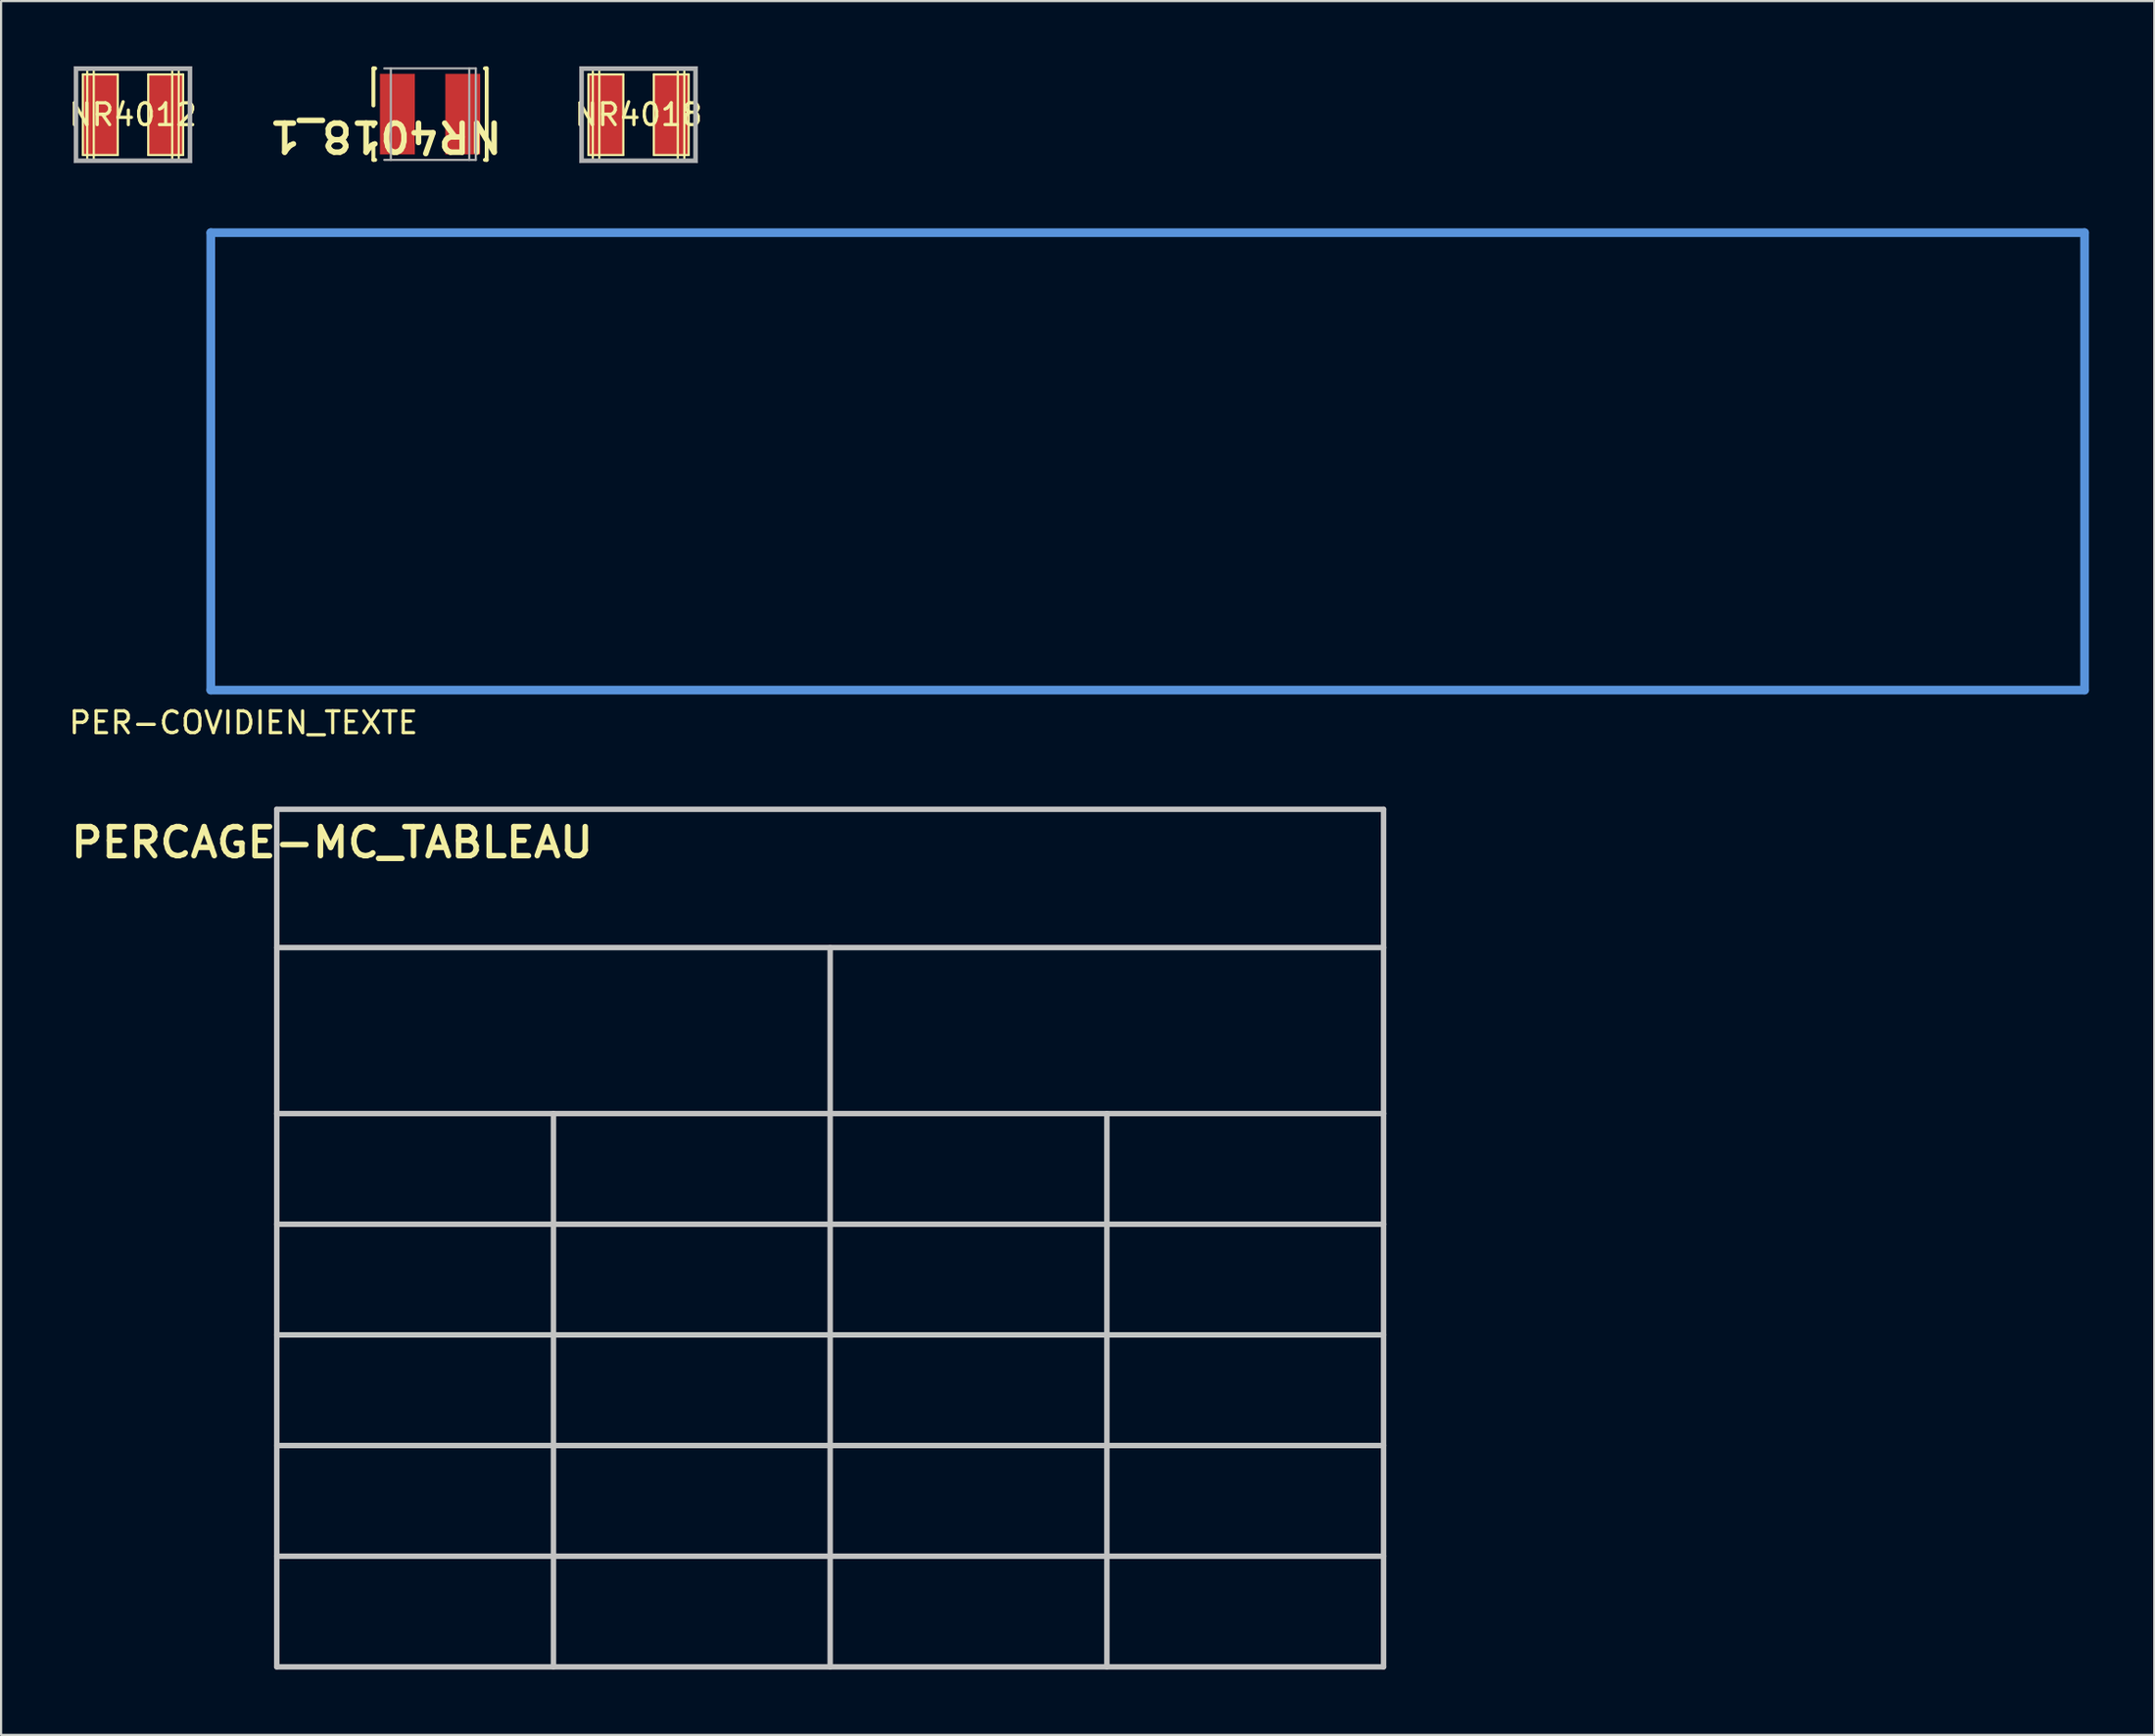
<source format=kicad_pcb>
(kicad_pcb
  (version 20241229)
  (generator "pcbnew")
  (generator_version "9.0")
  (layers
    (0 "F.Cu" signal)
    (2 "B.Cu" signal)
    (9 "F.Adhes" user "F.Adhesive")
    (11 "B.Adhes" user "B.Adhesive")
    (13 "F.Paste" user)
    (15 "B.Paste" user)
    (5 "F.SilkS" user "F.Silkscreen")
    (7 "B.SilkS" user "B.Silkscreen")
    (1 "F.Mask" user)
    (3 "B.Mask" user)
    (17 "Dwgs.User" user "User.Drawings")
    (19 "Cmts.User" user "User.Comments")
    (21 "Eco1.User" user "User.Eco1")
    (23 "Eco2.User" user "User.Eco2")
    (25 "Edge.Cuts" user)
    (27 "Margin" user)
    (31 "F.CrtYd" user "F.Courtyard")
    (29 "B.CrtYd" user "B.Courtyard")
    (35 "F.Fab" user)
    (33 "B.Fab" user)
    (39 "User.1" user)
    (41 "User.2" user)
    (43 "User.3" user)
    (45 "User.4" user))
  (footprint "NR4018_1"
    (layer "F.Cu")
    (at 16.688 2.19)
    (property "Reference" "NR4018_1" (at -2.032 1.016 180) (unlocked yes) (layer "F.SilkS") (effects (font (size 1.333 1.402) (thickness 0.254))))
    (attr smd)
    (fp_line (start -2.6 -2.1) (end -2.517 -2.1) (stroke (width 0.18) (type solid)) (layer "F.SilkS"))
    (fp_line (start -2.6 -0.396) (end -2.6 -2.1) (stroke (width 0.18) (type solid)) (layer "F.SilkS"))
    (fp_line (start -2.6 0.557) (end -2.6 0.396) (stroke (width 0.18) (type solid)) (layer "F.SilkS"))
    (fp_line (start -2.6 2.1) (end -2.6 1.348) (stroke (width 0.18) (type solid)) (layer "F.SilkS"))
    (fp_line (start -2.6 2.1) (end -2.517 2.1) (stroke (width 0.18) (type solid)) (layer "F.SilkS"))
    (fp_line (start 2.517 -2.1) (end 2.6 -2.1) (stroke (width 0.18) (type solid)) (layer "F.SilkS"))
    (fp_line (start 2.517 2.1) (end 2.6 2.1) (stroke (width 0.18) (type solid)) (layer "F.SilkS"))
    (fp_line (start 2.6 2.1) (end 2.6 -2.1) (stroke (width 0.18) (type solid)) (layer "F.SilkS"))
    (fp_line (start -2.1 -2.1) (end 2.1 -2.1) (stroke (width 0.1) (type solid)) (layer "F.Fab"))
    (fp_line (start -2.1 2.1) (end 2.1 2.1) (stroke (width 0.1) (type solid)) (layer "F.Fab"))
    (fp_line (start -1.8 2.1) (end -1.8 -2.1) (stroke (width 0.1) (type solid)) (layer "F.Fab"))
    (fp_line (start 1.8 2.1) (end 1.8 -2.1) (stroke (width 0.1) (type solid)) (layer "F.Fab"))
    (fp_line (start 2.1 2.1) (end 2.1 -2.1) (stroke (width 0.1) (type solid)) (layer "F.Fab"))
    (pad "1" smd rect (at -1.5 0) (size 1.6 3.7) (layers "F.Cu" "F.Mask" "F.Paste"))
    (pad "2" smd rect (at 1.5 0) (size 1.6 3.7) (layers "F.Cu" "F.Mask" "F.Paste")))
  (footprint "NR4012"
    (placed yes)
    (layer "F.Cu")
    (at 3.054 2.215)
    (property "Reference" "NR4012" (at 0 0 0) (layer "F.SilkS") (effects (font (size 1 1) (thickness 0.15))))
    (attr through_hole)
    (fp_line (start -2.3 -1.85) (end -2.3 1.85) (stroke (width 0.1) (type solid)) (layer "F.SilkS"))
    (fp_line (start -2.3 1.85) (end -0.7 1.85) (stroke (width 0.1) (type solid)) (layer "F.SilkS"))
    (fp_line (start -2.1 -2.1) (end -2.1 2.1) (stroke (width 0.1) (type solid)) (layer "F.SilkS"))
    (fp_line (start -2.1 2.1) (end 2.1 2.1) (stroke (width 0.1) (type solid)) (layer "F.SilkS"))
    (fp_line (start -1.8 -2.1) (end -1.8 2.1) (stroke (width 0.1) (type solid)) (layer "F.SilkS"))
    (fp_line (start -0.7 -1.85) (end -2.3 -1.85) (stroke (width 0.1) (type solid)) (layer "F.SilkS"))
    (fp_line (start -0.7 1.85) (end -0.7 -1.85) (stroke (width 0.1) (type solid)) (layer "F.SilkS"))
    (fp_line (start 0.7 -1.85) (end 0.7 1.85) (stroke (width 0.1) (type solid)) (layer "F.SilkS"))
    (fp_line (start 0.7 1.85) (end 2.3 1.85) (stroke (width 0.1) (type solid)) (layer "F.SilkS"))
    (fp_line (start 1.8 -2.1) (end 1.8 2.1) (stroke (width 0.1) (type solid)) (layer "F.SilkS"))
    (fp_line (start 2.1 -2.1) (end -2.1 -2.1) (stroke (width 0.1) (type solid)) (layer "F.SilkS"))
    (fp_line (start 2.1 2.1) (end 2.1 -2.1) (stroke (width 0.1) (type solid)) (layer "F.SilkS"))
    (fp_line (start 2.3 -1.85) (end 0.7 -1.85) (stroke (width 0.1) (type solid)) (layer "F.SilkS"))
    (fp_line (start 2.3 1.85) (end 2.3 -1.85) (stroke (width 0.1) (type solid)) (layer "F.SilkS"))
    (fp_line (start -2.69 -2.19) (end 2.69 -2.19) (stroke (width 0.05) (type solid)) (layer "Dwgs.User"))
    (fp_line (start -2.69 2.19) (end -2.69 -2.19) (stroke (width 0.05) (type solid)) (layer "Dwgs.User"))
    (fp_line (start 2.69 -2.19) (end 2.69 2.19) (stroke (width 0.05) (type solid)) (layer "Dwgs.User"))
    (fp_line (start 2.69 2.19) (end -2.69 2.19) (stroke (width 0.05) (type solid)) (layer "Dwgs.User"))
    (fp_line (start -2.6 -2.1) (end -2.6 2.1) (stroke (width 0.18) (type solid)) (layer "F.Fab"))
    (fp_line (start -2.6 2.1) (end 2.6 2.1) (stroke (width 0.18) (type solid)) (layer "F.Fab"))
    (fp_line (start 2.6 -2.1) (end -2.6 -2.1) (stroke (width 0.18) (type solid)) (layer "F.Fab"))
    (fp_line (start 2.6 2.1) (end 2.6 -2.1) (stroke (width 0.18) (type solid)) (layer "F.Fab"))
    (fp_poly (pts (xy -2.6 -2.1) (xy 2.6 -2.1) (xy 2.6 2.1) (xy -2.6 2.1)) (stroke (width 0.02) (type solid)) (fill no) (layer "F.Fab"))
    (pad "1" smd rect (at -1.5 0) (size 1.6 3.7) (layers "F.Cu" "F.Mask" "F.Paste"))
    (pad "2" smd rect (at 1.5 0) (size 1.6 3.7) (layers "F.Cu" "F.Mask" "F.Paste")))
  (footprint "PER-COVIDIEN_TEXTE"
    (placed yes)
    (layer "F.Cu")
    (at 6.625 9.632)
    (property "Reference" "PER-COVIDIEN_TEXTE" (at 1.5 20.5 0) (layer "F.SilkS") (effects (font (size 1 1) (thickness 0.15))))
    (attr through_hole)
    (fp_line (start 0 -2) (end 0 19) (stroke (width 0.4) (type solid)) (layer "Cmts.User"))
    (fp_line (start 0 19) (end 86 19) (stroke (width 0.4) (type solid)) (layer "Cmts.User"))
    (fp_line (start 86 -2) (end 0 -2) (stroke (width 0.4) (type solid)) (layer "Cmts.User"))
    (fp_line (start 86 19) (end 86 -2) (stroke (width 0.4) (type solid)) (layer "Cmts.User"))
    (fp_text user "RoHS COMPLIANT. U.L. DESIGNATION: ANSI GRADE FR-4, PER IPC 4101." (at 0 4.5 0) (layer "Eco2.User") (effects (font (size 1 1) (thickness 0.1)) (justify left)))
    (fp_text user "ALL EXPOSED CONDUCTIVE SURFACES TO BE IMMERSION NICKEL/GOLD" (at 0 7.5 0) (layer "Eco2.User") (effects (font (size 1 1) (thickness 0.1)) (justify left)))
    (fp_text user "ROHS - YES" (at 0 -0.5 0) (layer "Eco2.User") (effects (font (size 1 1) (thickness 0.1)) (justify left)))
    (fp_text user "MATERIAL: COPPER CLAD LAMINATES ISOLA 370HR (OR EQUIVALENT)," (at 0 2.5 0) (layer "Eco2.User") (effects (font (size 1 1) (thickness 0.1)) (justify left)))
    (fp_text user "PLATING USING 100-400 MICROINCHES NICKEL AND 3-8 MICROINCHES GOLD." (at 0 9.5 0) (layer "Eco2.User") (effects (font (size 1 1) (thickness 0.1)) (justify left)))
    (fp_text user "ALL FABRICATION PROCESSES ARE TO BE RoHS COMPLIANT." (at 0 15.5 0) (layer "Eco2.User") (effects (font (size 1 1) (thickness 0.1)) (justify left)))
    (fp_text user "MARK BOARD PER J-STD-609A " (at 0 17.5 0) (layer "Eco2.User") (effects (font (size 1 1) (thickness 0.1)) (justify left)))
    (fp_text user "FINISH - ENIG" (at 0 12.5 0) (layer "Eco2.User") (effects (font (size 1 1) (thickness 0.1)) (justify left))))
  (footprint "NR4018"
    (placed yes)
    (layer "F.Cu")
    (at 26.258 2.215)
    (property "Reference" "NR4018" (at 0 0 0) (layer "F.SilkS") (effects (font (size 1 1) (thickness 0.15))))
    (attr through_hole)
    (fp_line (start -2.3 -1.85) (end -2.3 1.85) (stroke (width 0.1) (type solid)) (layer "F.SilkS"))
    (fp_line (start -2.3 1.85) (end -0.7 1.85) (stroke (width 0.1) (type solid)) (layer "F.SilkS"))
    (fp_line (start -2.1 -2.1) (end -2.1 2.1) (stroke (width 0.1) (type solid)) (layer "F.SilkS"))
    (fp_line (start -2.1 2.1) (end 2.1 2.1) (stroke (width 0.1) (type solid)) (layer "F.SilkS"))
    (fp_line (start -1.8 -2.1) (end -1.8 2.1) (stroke (width 0.1) (type solid)) (layer "F.SilkS"))
    (fp_line (start -0.7 -1.85) (end -2.3 -1.85) (stroke (width 0.1) (type solid)) (layer "F.SilkS"))
    (fp_line (start -0.7 1.85) (end -0.7 -1.85) (stroke (width 0.1) (type solid)) (layer "F.SilkS"))
    (fp_line (start 0.7 -1.85) (end 0.7 1.85) (stroke (width 0.1) (type solid)) (layer "F.SilkS"))
    (fp_line (start 0.7 1.85) (end 2.3 1.85) (stroke (width 0.1) (type solid)) (layer "F.SilkS"))
    (fp_line (start 1.8 -2.1) (end 1.8 2.1) (stroke (width 0.1) (type solid)) (layer "F.SilkS"))
    (fp_line (start 2.1 -2.1) (end -2.1 -2.1) (stroke (width 0.1) (type solid)) (layer "F.SilkS"))
    (fp_line (start 2.1 2.1) (end 2.1 -2.1) (stroke (width 0.1) (type solid)) (layer "F.SilkS"))
    (fp_line (start 2.3 -1.85) (end 0.7 -1.85) (stroke (width 0.1) (type solid)) (layer "F.SilkS"))
    (fp_line (start 2.3 1.85) (end 2.3 -1.85) (stroke (width 0.1) (type solid)) (layer "F.SilkS"))
    (fp_line (start -2.69 -2.19) (end 2.69 -2.19) (stroke (width 0.05) (type solid)) (layer "Dwgs.User"))
    (fp_line (start -2.69 2.19) (end -2.69 -2.19) (stroke (width 0.05) (type solid)) (layer "Dwgs.User"))
    (fp_line (start 2.69 -2.19) (end 2.69 2.19) (stroke (width 0.05) (type solid)) (layer "Dwgs.User"))
    (fp_line (start 2.69 2.19) (end -2.69 2.19) (stroke (width 0.05) (type solid)) (layer "Dwgs.User"))
    (fp_line (start -2.6 -2.1) (end -2.6 2.1) (stroke (width 0.18) (type solid)) (layer "F.Fab"))
    (fp_line (start -2.6 2.1) (end 2.6 2.1) (stroke (width 0.18) (type solid)) (layer "F.Fab"))
    (fp_line (start 2.6 -2.1) (end -2.6 -2.1) (stroke (width 0.18) (type solid)) (layer "F.Fab"))
    (fp_line (start 2.6 2.1) (end 2.6 -2.1) (stroke (width 0.18) (type solid)) (layer "F.Fab"))
    (fp_poly (pts (xy -2.6 -2.1) (xy 2.6 -2.1) (xy 2.6 2.1) (xy -2.6 2.1)) (stroke (width 0.02) (type solid)) (fill no) (layer "F.Fab"))
    (pad "1" smd rect (at -1.5 0) (size 1.6 3.7) (layers "F.Cu" "F.Mask" "F.Paste"))
    (pad "2" smd rect (at 1.5 0) (size 1.6 3.7) (layers "F.Cu" "F.Mask" "F.Paste")))
  (footprint "PERCAGE-MC_TABLEAU"
    (layer "F.Cu")
    (at 9.652 36.645)
    (property "Reference" "PERCAGE-MC_TABLEAU" (at 2.54 -1.016 0) (unlocked yes) (layer "F.SilkS") (effects (font (size 1.333 1.402) (thickness 0.254))))
    (attr smd)
    (fp_line (start 0 -2.54) (end 50.8 -2.54) (stroke (width 0.25) (type solid)) (layer "Dwgs.User"))
    (fp_line (start 0 3.81) (end 0 -2.54) (stroke (width 0.25) (type solid)) (layer "Dwgs.User"))
    (fp_line (start 0 3.81) (end 50.8 3.81) (stroke (width 0.25) (type solid)) (layer "Dwgs.User"))
    (fp_line (start 0 11.43) (end 0 3.81) (stroke (width 0.25) (type solid)) (layer "Dwgs.User"))
    (fp_line (start 0 11.43) (end 50.8 11.43) (stroke (width 0.25) (type solid)) (layer "Dwgs.User"))
    (fp_line (start 0 16.51) (end 0 11.43) (stroke (width 0.25) (type solid)) (layer "Dwgs.User"))
    (fp_line (start 0 16.51) (end 50.8 16.51) (stroke (width 0.25) (type solid)) (layer "Dwgs.User"))
    (fp_line (start 0 21.59) (end 50.8 21.59) (stroke (width 0.25) (type solid)) (layer "Dwgs.User"))
    (fp_line (start 0 26.67) (end 50.8 26.67) (stroke (width 0.25) (type solid)) (layer "Dwgs.User"))
    (fp_line (start 0 31.75) (end 50.8 31.75) (stroke (width 0.25) (type solid)) (layer "Dwgs.User"))
    (fp_line (start 0 36.83) (end 0 16.51) (stroke (width 0.25) (type solid)) (layer "Dwgs.User"))
    (fp_line (start 0 36.83) (end 50.8 36.83) (stroke (width 0.25) (type solid)) (layer "Dwgs.User"))
    (fp_line (start 12.7 16.51) (end 12.7 11.43) (stroke (width 0.25) (type solid)) (layer "Dwgs.User"))
    (fp_line (start 12.7 36.83) (end 12.7 16.51) (stroke (width 0.25) (type solid)) (layer "Dwgs.User"))
    (fp_line (start 25.4 16.51) (end 25.4 3.81) (stroke (width 0.25) (type solid)) (layer "Dwgs.User"))
    (fp_line (start 25.4 36.83) (end 25.4 16.51) (stroke (width 0.25) (type solid)) (layer "Dwgs.User"))
    (fp_line (start 38.1 16.51) (end 38.1 11.43) (stroke (width 0.25) (type solid)) (layer "Dwgs.User"))
    (fp_line (start 38.1 36.83) (end 38.1 16.51) (stroke (width 0.25) (type solid)) (layer "Dwgs.User"))
    (fp_line (start 50.8 3.81) (end 50.8 -2.54) (stroke (width 0.25) (type solid)) (layer "Dwgs.User"))
    (fp_line (start 50.8 11.43) (end 50.8 3.81) (stroke (width 0.25) (type solid)) (layer "Dwgs.User"))
    (fp_line (start 50.8 16.51) (end 50.8 11.43) (stroke (width 0.25) (type solid)) (layer "Dwgs.User"))
    (fp_line (start 50.8 36.83) (end 50.8 16.51) (stroke (width 0.25) (type solid)) (layer "Dwgs.User")))
  (gr_rect
    (start -3 -3)
    (end 95.825 76.6)
    (stroke (width 0.1) (type default))
    (fill no)
    (layer "Edge.Cuts")))
</source>
